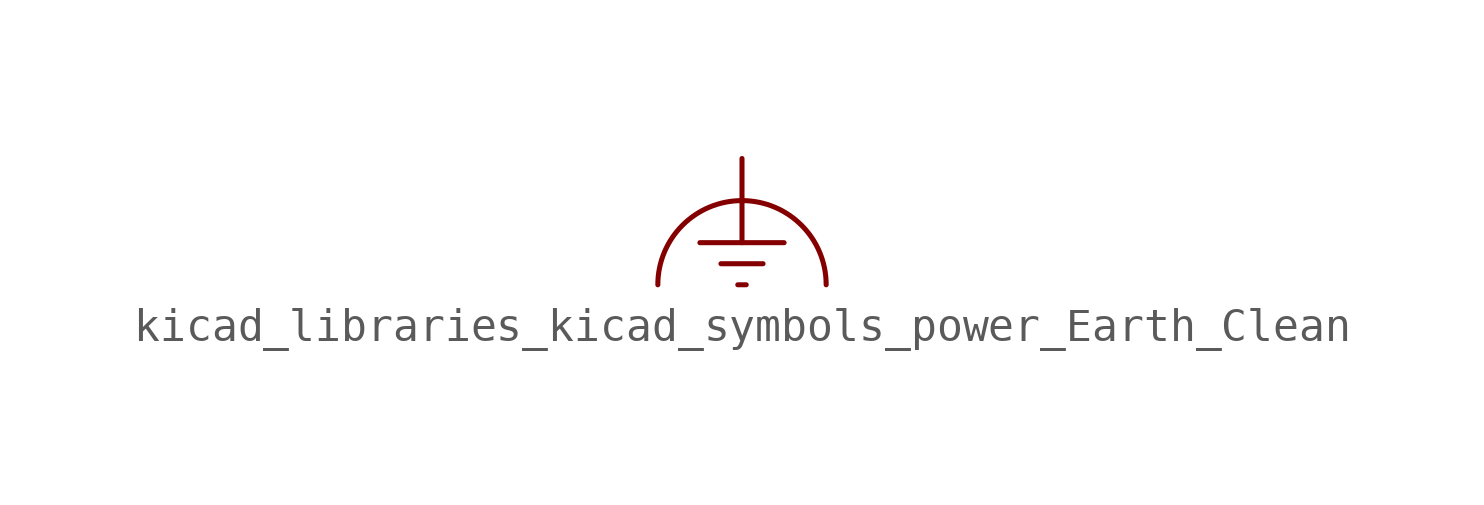
<source format=kicad_sym>
(kicad_symbol_lib
  (version 20220914)
  (generator kicad_symbol_editor)
  (symbol "kicad_libraries_kicad_symbols_power_Earth_Clean"
    (power)
    (pin_names
      (offset 0))
    (property "Reference" "#PWR"
      (at 6.35 0 0)
      (effects (font (size 1.27 1.27)) hide))
    (symbol "kicad_libraries_kicad_symbols_power_Earth_Clean_0_1"
      (polyline (pts (xy -0.635 -3.175) (xy 0.635 -3.175)) (stroke (width 0) (type default)) (fill (type none)))
      (polyline (pts (xy -0.127 -3.81) (xy 0.127 -3.81)) (stroke (width 0) (type default)) (fill (type none)))
      (polyline (pts (xy 0 -2.54) (xy 0 0)) (stroke (width 0) (type default)) (fill (type none)))
      (polyline (pts (xy 1.27 -2.54) (xy -1.27 -2.54)) (stroke (width 0) (type default)) (fill (type none)))
      (arc (start 2.54 -3.81) (mid 0 -1.281) (end -2.54 -3.81) (stroke (width 0) (type default)) (fill (type none))))
    (symbol "kicad_libraries_kicad_symbols_power_Earth_Clean_1_1"
      (pin power_in line (at 0 0 270) (length 0) hide (name "Earth_Clean" (effects (font (size 1.27 1.27)))) (number "1" (effects (font (size 1.27 1.27))))))))
</source>
